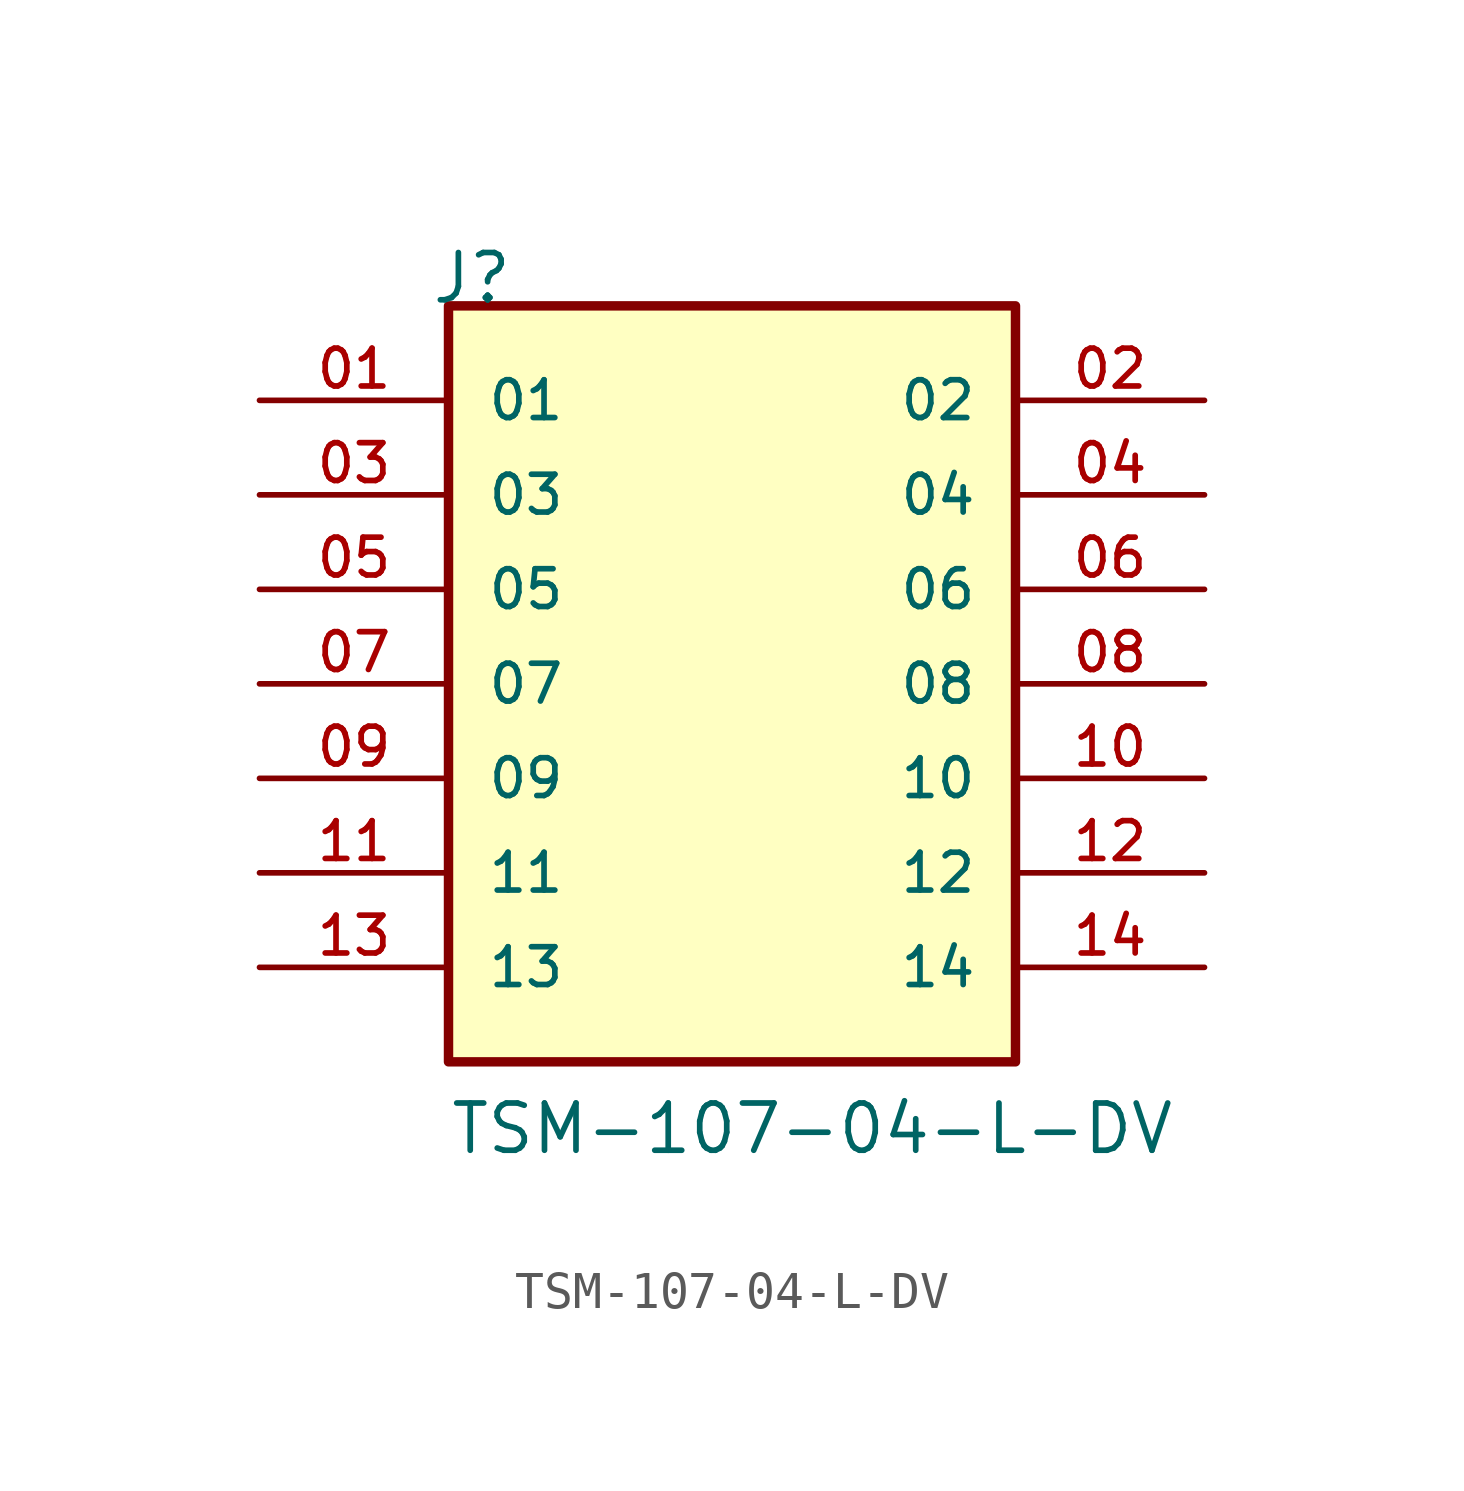
<source format=kicad_sym>
(kicad_symbol_lib
  (version 20211014)
  (generator kicad_symbol_editor)
  (symbol "TSM-107-04-L-DV"
    (pin_names
      (offset 1.016))
    (property "Reference" "J"
      (at -8.12 10.16 0)
      (effects (font (size 1.27 1.27)) (justify bottom left)))
    (property "Value" "TSM-107-04-L-DV"
      (at -7.62 -12.7 0)
      (effects (font (size 1.27 1.27)) (justify bottom left)))
    (symbol "TSM-107-04-L-DV_0_0"
      (rectangle (start -7.62 -10.16) (end 7.62 10.16) (stroke (width 0.254)) (fill (type background)))
      (pin passive line (at -12.7 7.62 0) (length 5.08) (name "01" (effects (font (size 1.016 1.016)))) (number "01" (effects (font (size 1.016 1.016)))))
      (pin passive line (at 12.7 7.62 180.0) (length 5.08) (name "02" (effects (font (size 1.016 1.016)))) (number "02" (effects (font (size 1.016 1.016)))))
      (pin passive line (at -12.7 5.08 0) (length 5.08) (name "03" (effects (font (size 1.016 1.016)))) (number "03" (effects (font (size 1.016 1.016)))))
      (pin passive line (at 12.7 5.08 180.0) (length 5.08) (name "04" (effects (font (size 1.016 1.016)))) (number "04" (effects (font (size 1.016 1.016)))))
      (pin passive line (at -12.7 2.54 0) (length 5.08) (name "05" (effects (font (size 1.016 1.016)))) (number "05" (effects (font (size 1.016 1.016)))))
      (pin passive line (at 12.7 2.54 180.0) (length 5.08) (name "06" (effects (font (size 1.016 1.016)))) (number "06" (effects (font (size 1.016 1.016)))))
      (pin passive line (at -12.7 0.0 0) (length 5.08) (name "07" (effects (font (size 1.016 1.016)))) (number "07" (effects (font (size 1.016 1.016)))))
      (pin passive line (at 12.7 0.0 180.0) (length 5.08) (name "08" (effects (font (size 1.016 1.016)))) (number "08" (effects (font (size 1.016 1.016)))))
      (pin passive line (at -12.7 -2.54 0) (length 5.08) (name "09" (effects (font (size 1.016 1.016)))) (number "09" (effects (font (size 1.016 1.016)))))
      (pin passive line (at 12.7 -2.54 180.0) (length 5.08) (name "10" (effects (font (size 1.016 1.016)))) (number "10" (effects (font (size 1.016 1.016)))))
      (pin passive line (at -12.7 -5.08 0) (length 5.08) (name "11" (effects (font (size 1.016 1.016)))) (number "11" (effects (font (size 1.016 1.016)))))
      (pin passive line (at 12.7 -5.08 180.0) (length 5.08) (name "12" (effects (font (size 1.016 1.016)))) (number "12" (effects (font (size 1.016 1.016)))))
      (pin passive line (at -12.7 -7.62 0) (length 5.08) (name "13" (effects (font (size 1.016 1.016)))) (number "13" (effects (font (size 1.016 1.016)))))
      (pin passive line (at 12.7 -7.62 180.0) (length 5.08) (name "14" (effects (font (size 1.016 1.016)))) (number "14" (effects (font (size 1.016 1.016))))))))
</source>
